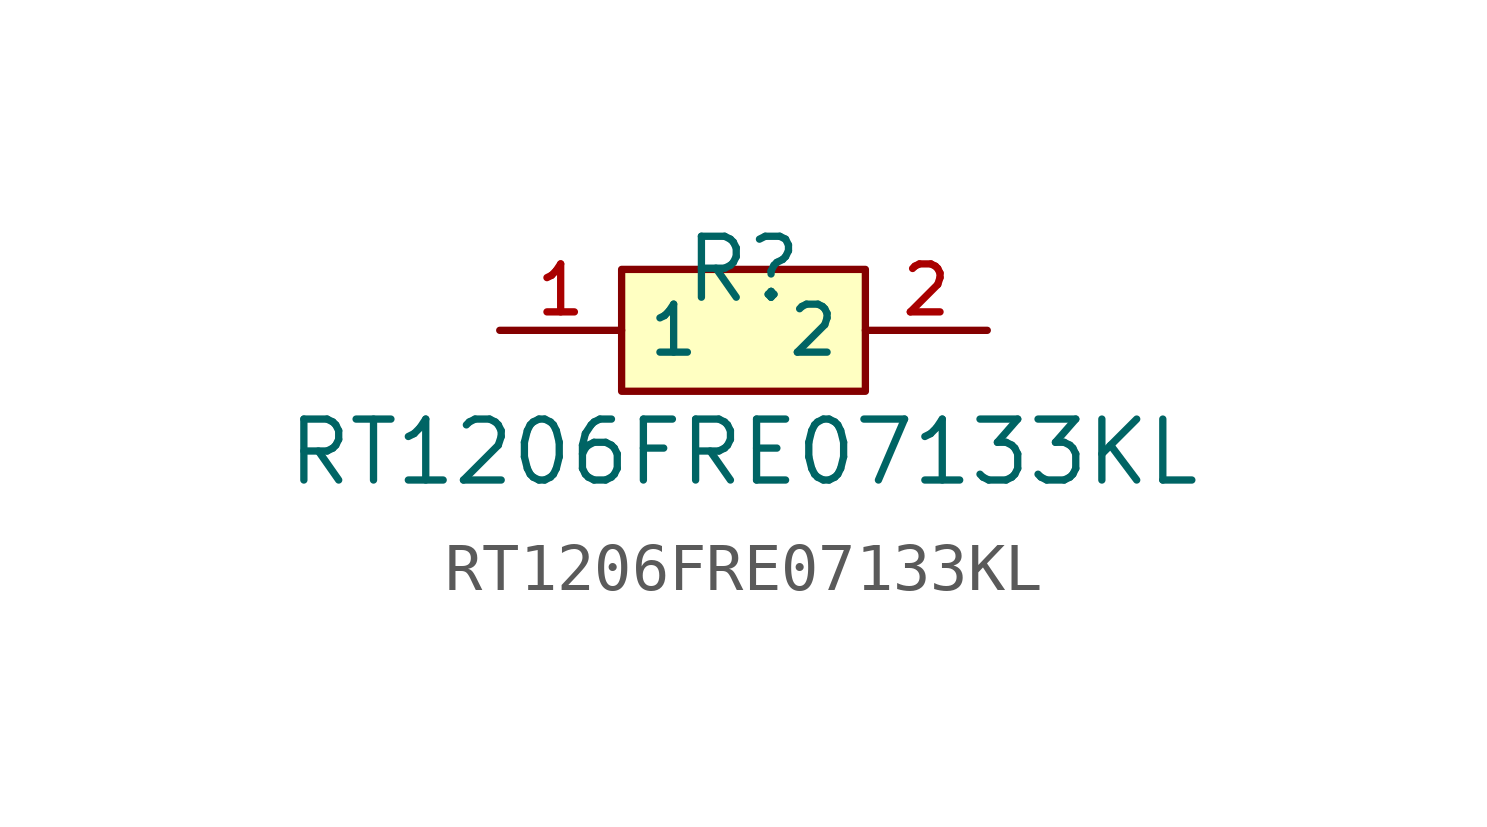
<source format=kicad_sym>
(kicad_symbol_lib
  (version 20210201)
  (generator TousstNicolas/JLC2KiCad_lib)
  (symbol "RT1206FRE07133KL"
    (property "Reference" "R"
      (at 0 1.27 0)
      (effects (font (size 1.27 1.27))))
    (property "Value" "RT1206FRE07133KL"
      (at 0 -2.54 0)
      (effects (font (size 1.27 1.27))))
    (symbol "RT1206FRE07133KL_0_1"
      (rectangle (start -2.54 1.27) (end 2.54 -1.27) (stroke (width 0) (type default) (color 0 0 0 0)) (fill (type background)))
      (pin unspecified line (at 5.08 -0.0 180) (length 2.54) (name "2" (effects (font (size 1 1)))) (number "2" (effects (font (size 1 1)))))
      (pin unspecified line (at -5.08 -0.0 0) (length 2.54) (name "1" (effects (font (size 1 1)))) (number "1" (effects (font (size 1 1))))))))
</source>
